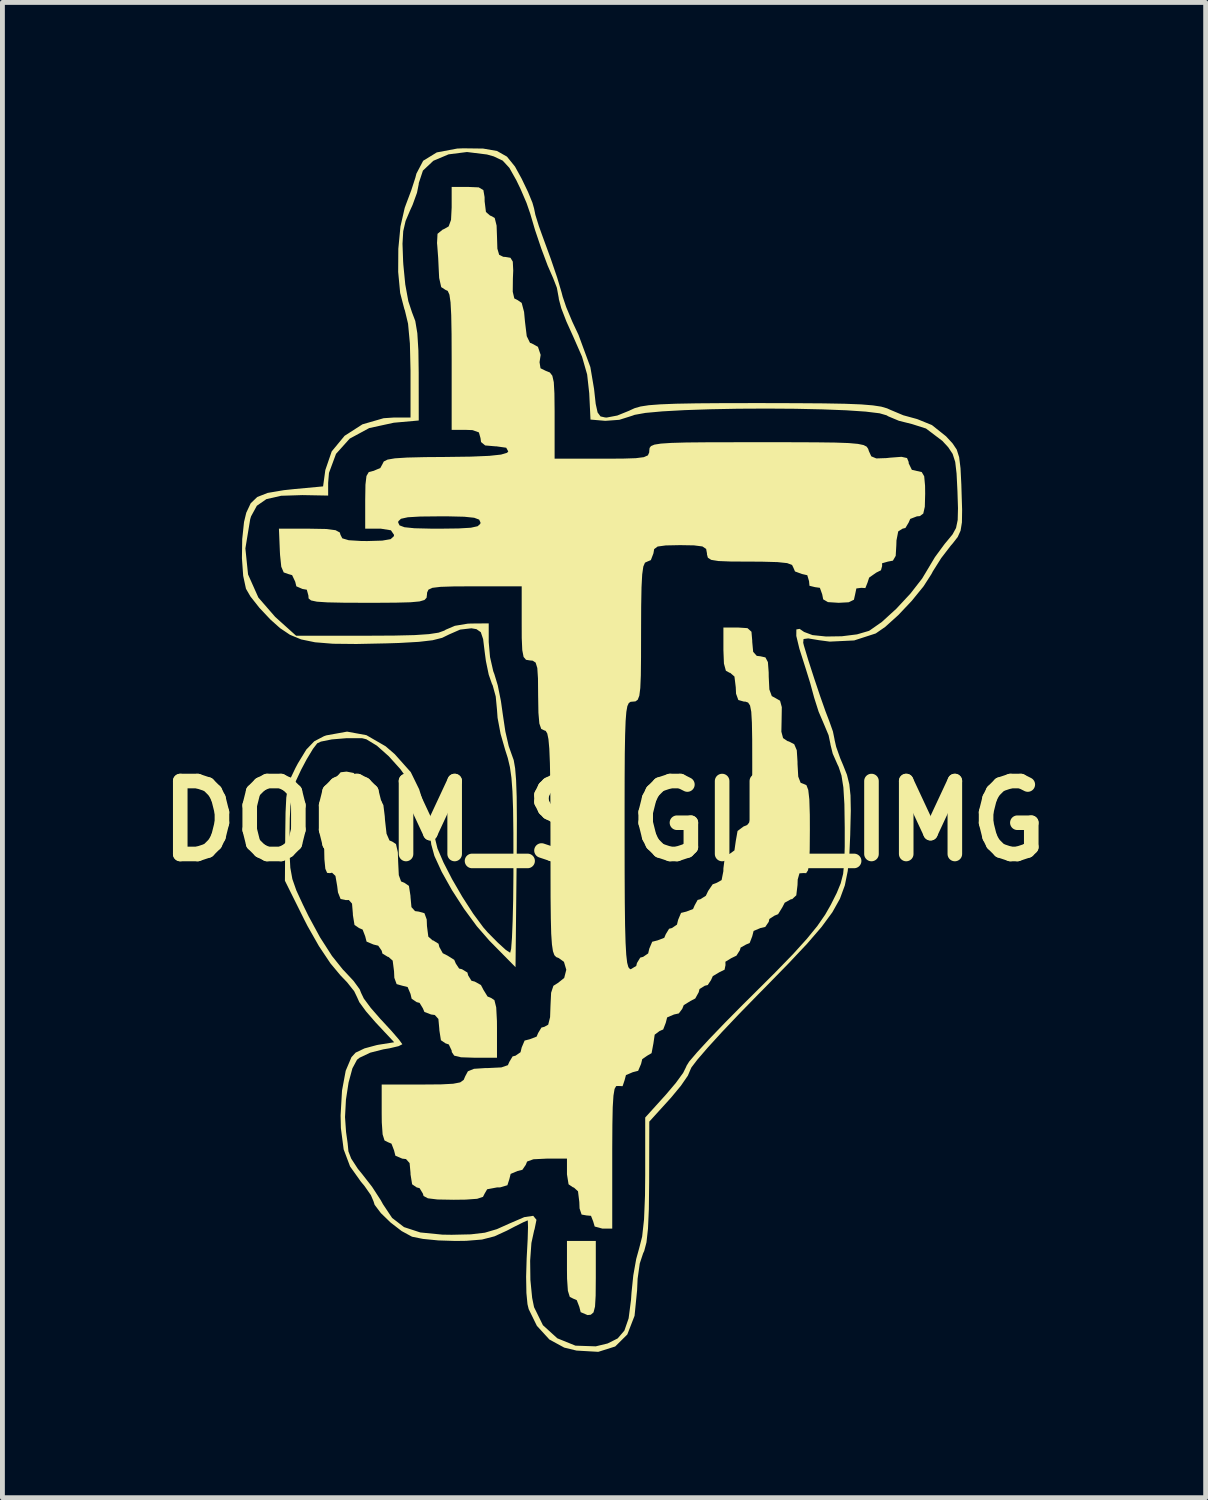
<source format=kicad_pcb>
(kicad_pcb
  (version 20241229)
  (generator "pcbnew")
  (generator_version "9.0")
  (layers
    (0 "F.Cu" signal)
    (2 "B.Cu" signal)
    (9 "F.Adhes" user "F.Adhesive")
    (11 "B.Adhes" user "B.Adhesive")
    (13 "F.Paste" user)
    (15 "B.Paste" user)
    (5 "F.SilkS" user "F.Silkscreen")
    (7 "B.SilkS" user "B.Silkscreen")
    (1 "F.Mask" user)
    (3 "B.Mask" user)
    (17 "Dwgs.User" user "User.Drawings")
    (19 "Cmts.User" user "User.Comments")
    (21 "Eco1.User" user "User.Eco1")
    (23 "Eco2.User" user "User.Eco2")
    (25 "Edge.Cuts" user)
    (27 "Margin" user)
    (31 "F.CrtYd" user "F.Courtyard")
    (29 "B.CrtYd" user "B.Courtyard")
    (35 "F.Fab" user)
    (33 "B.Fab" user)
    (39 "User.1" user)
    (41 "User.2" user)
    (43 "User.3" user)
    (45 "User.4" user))
  (footprint "DOOM_SIGIL_IMG"
    (layer "F.Cu")
    (at 9.371 13.833)
    (property "Reference" "DOOM_SIGIL_IMG" (at 0 0 0) (layer "F.SilkS") (effects (font (size 1.5 1.5) (thickness 0.3))))
    (attr board_only exclude_from_pos_files exclude_from_bom)
    (fp_poly (pts (xy -0.169 9.398) (xy -0.172 9.76) (xy -0.185 9.985) (xy -0.216 10.105) (xy -0.272 10.153) (xy -0.339 10.16) (xy -0.48 10.1) (xy -0.508 9.991) (xy -0.561 9.853) (xy -0.635 9.821) (xy -0.704 9.786) (xy -0.743 9.661) (xy -0.76 9.414) (xy -0.762 9.229) (xy -0.762 8.636) (xy -0.466 8.636) (xy -0.169 8.636)) (stroke (width 0) (type solid)) (fill yes) (layer "F.SilkS"))
    (fp_poly (pts (xy -5.144 -0.987) (xy -5.134 -0.889) (xy -5.121 -0.786) (xy -5.004 -0.762) (xy -4.857 -0.707) (xy -4.826 -0.589) (xy -4.778 -0.454) (xy -4.678 -0.441) (xy -4.588 -0.428) (xy -4.537 -0.326) (xy -4.509 -0.1) (xy -4.504 -0.021) (xy -4.472 0.262) (xy -4.412 0.4) (xy -4.356 0.423) (xy -4.278 0.474) (xy -4.24 0.643) (xy -4.233 0.847) (xy -4.22 1.113) (xy -4.173 1.243) (xy -4.106 1.27) (xy -4.012 1.334) (xy -3.98 1.539) (xy -3.979 1.566) (xy -3.96 1.771) (xy -3.886 1.853) (xy -3.81 1.863) (xy -3.693 1.896) (xy -3.646 2.025) (xy -3.641 2.159) (xy -3.613 2.378) (xy -3.525 2.455) (xy -3.514 2.455) (xy -3.403 2.524) (xy -3.387 2.59) (xy -3.316 2.719) (xy -3.217 2.769) (xy -3.08 2.855) (xy -3.048 2.931) (xy -2.98 3.034) (xy -2.921 3.048) (xy -2.809 3.116) (xy -2.794 3.175) (xy -2.726 3.285) (xy -2.659 3.302) (xy -2.531 3.373) (xy -2.48 3.471) (xy -2.395 3.609) (xy -2.318 3.641) (xy -2.254 3.684) (xy -2.217 3.833) (xy -2.202 4.113) (xy -2.201 4.255) (xy -2.201 4.868) (xy -2.667 4.868) (xy -2.94 4.859) (xy -3.081 4.825) (xy -3.13 4.752) (xy -3.133 4.72) (xy -3.192 4.595) (xy -3.26 4.572) (xy -3.354 4.508) (xy -3.386 4.303) (xy -3.387 4.276) (xy -3.406 4.071) (xy -3.48 3.989) (xy -3.556 3.979) (xy -3.694 3.926) (xy -3.725 3.852) (xy -3.793 3.74) (xy -3.852 3.725) (xy -3.956 3.655) (xy -3.979 3.556) (xy -4.039 3.414) (xy -4.149 3.387) (xy -4.265 3.354) (xy -4.312 3.224) (xy -4.318 3.09) (xy -4.346 2.871) (xy -4.433 2.795) (xy -4.445 2.794) (xy -4.557 2.726) (xy -4.572 2.667) (xy -4.643 2.564) (xy -4.741 2.54) (xy -4.883 2.48) (xy -4.911 2.371) (xy -4.964 2.233) (xy -5.038 2.201) (xy -5.131 2.138) (xy -5.164 1.935) (xy -5.165 1.901) (xy -5.182 1.699) (xy -5.247 1.625) (xy -5.313 1.626) (xy -5.417 1.604) (xy -5.471 1.468) (xy -5.487 1.338) (xy -5.523 1.129) (xy -5.593 1.063) (xy -5.635 1.072) (xy -5.694 1.067) (xy -5.731 0.982) (xy -5.75 0.787) (xy -5.757 0.458) (xy -5.757 0.348) (xy -5.752 -0.027) (xy -5.735 -0.26) (xy -5.699 -0.383) (xy -5.642 -0.423) (xy -5.63 -0.423) (xy -5.536 -0.488) (xy -5.504 -0.693) (xy -5.503 -0.72) (xy -5.487 -0.92) (xy -5.416 -1.002) (xy -5.294 -1.016)) (stroke (width 0) (type solid)) (fill yes) (layer "F.SilkS"))
    (fp_poly (pts (xy -2.577 -13.03) (xy -2.481 -12.974) (xy -2.456 -12.83) (xy -2.455 -12.742) (xy -2.428 -12.523) (xy -2.34 -12.447) (xy -2.328 -12.446) (xy -2.248 -12.401) (xy -2.209 -12.244) (xy -2.201 -12.023) (xy -2.193 -11.769) (xy -2.156 -11.643) (xy -2.072 -11.602) (xy -2.026 -11.599) (xy -1.924 -11.582) (xy -1.876 -11.503) (xy -1.867 -11.32) (xy -1.874 -11.155) (xy -1.877 -10.884) (xy -1.845 -10.746) (xy -1.774 -10.71) (xy -1.693 -10.654) (xy -1.644 -10.468) (xy -1.625 -10.266) (xy -1.589 -9.97) (xy -1.522 -9.833) (xy -1.486 -9.821) (xy -1.359 -9.751) (xy -1.303 -9.585) (xy -1.326 -9.435) (xy -1.306 -9.31) (xy -1.196 -9.256) (xy -1.115 -9.224) (xy -1.063 -9.157) (xy -1.033 -9.024) (xy -1.02 -8.793) (xy -1.016 -8.431) (xy -1.016 -8.33) (xy -1.016 -7.451) (xy -0.042 -7.451) (xy 0.376 -7.452) (xy 0.654 -7.461) (xy 0.819 -7.482) (xy 0.902 -7.519) (xy 0.929 -7.579) (xy 0.931 -7.62) (xy 0.937 -7.671) (xy 0.966 -7.71) (xy 1.037 -7.74) (xy 1.17 -7.761) (xy 1.384 -7.775) (xy 1.697 -7.784) (xy 2.129 -7.788) (xy 2.698 -7.789) (xy 3.165 -7.789) (xy 3.837 -7.789) (xy 4.359 -7.787) (xy 4.751 -7.782) (xy 5.031 -7.772) (xy 5.22 -7.755) (xy 5.337 -7.731) (xy 5.401 -7.698) (xy 5.432 -7.653) (xy 5.446 -7.608) (xy 5.496 -7.499) (xy 5.599 -7.456) (xy 5.807 -7.463) (xy 5.879 -7.471) (xy 6.117 -7.489) (xy 6.231 -7.464) (xy 6.265 -7.382) (xy 6.265 -7.356) (xy 6.33 -7.222) (xy 6.435 -7.197) (xy 6.533 -7.176) (xy 6.584 -7.089) (xy 6.602 -6.894) (xy 6.604 -6.731) (xy 6.597 -6.462) (xy 6.565 -6.322) (xy 6.494 -6.27) (xy 6.435 -6.265) (xy 6.297 -6.212) (xy 6.265 -6.138) (xy 6.198 -6.026) (xy 6.138 -6.011) (xy 6.05 -5.955) (xy 6.014 -5.77) (xy 6.011 -5.673) (xy 5.998 -5.452) (xy 5.941 -5.354) (xy 5.837 -5.334) (xy 5.718 -5.3) (xy 5.719 -5.244) (xy 5.695 -5.156) (xy 5.597 -5.107) (xy 5.452 -5.005) (xy 5.419 -4.903) (xy 5.374 -4.79) (xy 5.292 -4.795) (xy 5.189 -4.782) (xy 5.165 -4.666) (xy 5.139 -4.55) (xy 5.032 -4.498) (xy 4.826 -4.487) (xy 4.605 -4.501) (xy 4.507 -4.558) (xy 4.487 -4.66) (xy 4.439 -4.795) (xy 4.339 -4.809) (xy 4.225 -4.837) (xy 4.216 -4.932) (xy 4.18 -5.054) (xy 4.068 -5.08) (xy 3.927 -5.132) (xy 3.895 -5.207) (xy 3.867 -5.265) (xy 3.767 -5.303) (xy 3.567 -5.324) (xy 3.24 -5.333) (xy 3.006 -5.334) (xy 2.609 -5.336) (xy 2.352 -5.346) (xy 2.204 -5.37) (xy 2.136 -5.414) (xy 2.117 -5.482) (xy 2.117 -5.503) (xy 2.1 -5.595) (xy 2.023 -5.646) (xy 1.85 -5.668) (xy 1.566 -5.673) (xy 1.269 -5.667) (xy 1.102 -5.644) (xy 1.031 -5.591) (xy 1.016 -5.503) (xy 0.963 -5.365) (xy 0.889 -5.334) (xy 0.842 -5.312) (xy 0.808 -5.232) (xy 0.785 -5.07) (xy 0.771 -4.805) (xy 0.764 -4.415) (xy 0.762 -3.895) (xy 0.761 -3.37) (xy 0.757 -2.992) (xy 0.746 -2.735) (xy 0.726 -2.577) (xy 0.693 -2.493) (xy 0.647 -2.46) (xy 0.593 -2.455) (xy 0.546 -2.451) (xy 0.509 -2.425) (xy 0.48 -2.362) (xy 0.459 -2.244) (xy 0.444 -2.053) (xy 0.434 -1.773) (xy 0.427 -1.387) (xy 0.424 -0.877) (xy 0.423 -0.226) (xy 0.423 0.296) (xy 0.424 1.06) (xy 0.427 1.671) (xy 0.433 2.146) (xy 0.443 2.5) (xy 0.457 2.75) (xy 0.476 2.914) (xy 0.501 3.006) (xy 0.533 3.044) (xy 0.55 3.048) (xy 0.663 2.98) (xy 0.677 2.921) (xy 0.745 2.809) (xy 0.804 2.794) (xy 0.908 2.723) (xy 0.931 2.625) (xy 0.991 2.483) (xy 1.101 2.455) (xy 1.239 2.402) (xy 1.27 2.328) (xy 1.338 2.216) (xy 1.397 2.201) (xy 1.5 2.131) (xy 1.524 2.032) (xy 1.584 1.89) (xy 1.693 1.863) (xy 1.831 1.81) (xy 1.863 1.736) (xy 1.925 1.623) (xy 1.98 1.609) (xy 2.094 1.538) (xy 2.141 1.439) (xy 2.234 1.302) (xy 2.32 1.27) (xy 2.418 1.215) (xy 2.454 1.032) (xy 2.455 0.974) (xy 2.483 0.754) (xy 2.571 0.678) (xy 2.582 0.677) (xy 2.682 0.604) (xy 2.709 0.415) (xy 2.746 0.205) (xy 2.872 0.111) (xy 2.879 0.109) (xy 2.944 0.082) (xy 2.99 0.025) (xy 3.02 -0.09) (xy 3.037 -0.288) (xy 3.046 -0.596) (xy 3.048 -1.04) (xy 3.048 -1.195) (xy 3.047 -1.681) (xy 3.041 -2.023) (xy 3.028 -2.246) (xy 3.003 -2.375) (xy 2.963 -2.436) (xy 2.906 -2.455) (xy 2.879 -2.455) (xy 2.762 -2.488) (xy 2.715 -2.618) (xy 2.709 -2.752) (xy 2.682 -2.971) (xy 2.594 -3.047) (xy 2.582 -3.048) (xy 2.506 -3.09) (xy 2.466 -3.237) (xy 2.455 -3.514) (xy 2.455 -3.979) (xy 2.752 -3.979) (xy 2.95 -3.966) (xy 3.032 -3.892) (xy 3.048 -3.706) (xy 3.048 -3.683) (xy 3.067 -3.479) (xy 3.141 -3.396) (xy 3.217 -3.387) (xy 3.319 -3.364) (xy 3.37 -3.268) (xy 3.386 -3.057) (xy 3.387 -2.97) (xy 3.4 -2.705) (xy 3.45 -2.569) (xy 3.532 -2.524) (xy 3.62 -2.474) (xy 3.656 -2.341) (xy 3.652 -2.089) (xy 3.647 -1.837) (xy 3.682 -1.705) (xy 3.772 -1.644) (xy 3.803 -1.635) (xy 3.911 -1.579) (xy 3.964 -1.455) (xy 3.979 -1.216) (xy 3.979 -1.175) (xy 3.994 -0.913) (xy 4.043 -0.786) (xy 4.106 -0.762) (xy 4.163 -0.736) (xy 4.2 -0.638) (xy 4.222 -0.444) (xy 4.232 -0.125) (xy 4.233 0.178) (xy 4.23 0.592) (xy 4.219 0.861) (xy 4.195 1.013) (xy 4.156 1.073) (xy 4.106 1.07) (xy 4.019 1.076) (xy 3.983 1.203) (xy 3.979 1.315) (xy 3.954 1.528) (xy 3.869 1.607) (xy 3.844 1.609) (xy 3.716 1.68) (xy 3.665 1.778) (xy 3.58 1.916) (xy 3.504 1.947) (xy 3.4 2.015) (xy 3.387 2.074) (xy 3.316 2.178) (xy 3.217 2.201) (xy 3.076 2.261) (xy 3.048 2.371) (xy 2.995 2.509) (xy 2.921 2.54) (xy 2.809 2.603) (xy 2.794 2.657) (xy 2.723 2.769) (xy 2.616 2.821) (xy 2.496 2.894) (xy 2.498 2.963) (xy 2.479 3.058) (xy 2.379 3.106) (xy 2.237 3.19) (xy 2.201 3.27) (xy 2.133 3.373) (xy 2.074 3.387) (xy 1.964 3.455) (xy 1.947 3.522) (xy 1.876 3.65) (xy 1.778 3.701) (xy 1.64 3.786) (xy 1.609 3.862) (xy 1.538 3.957) (xy 1.439 3.979) (xy 1.298 4.039) (xy 1.27 4.149) (xy 1.217 4.287) (xy 1.143 4.318) (xy 1.042 4.394) (xy 1.016 4.572) (xy 0.978 4.774) (xy 0.889 4.826) (xy 0.786 4.897) (xy 0.762 4.995) (xy 0.702 5.137) (xy 0.593 5.165) (xy 0.451 5.225) (xy 0.423 5.331) (xy 0.382 5.453) (xy 0.296 5.449) (xy 0.25 5.451) (xy 0.217 5.51) (xy 0.194 5.648) (xy 0.179 5.887) (xy 0.172 6.247) (xy 0.169 6.751) (xy 0.169 6.891) (xy 0.169 8.382) (xy -0.033 8.382) (xy -0.192 8.339) (xy -0.223 8.234) (xy -0.268 8.119) (xy -0.36 8.111) (xy -0.461 8.093) (xy -0.503 7.967) (xy -0.508 7.835) (xy -0.535 7.615) (xy -0.621 7.536) (xy -0.635 7.535) (xy -0.729 7.471) (xy -0.762 7.266) (xy -0.762 7.239) (xy -0.762 6.943) (xy -1.185 6.943) (xy -1.452 6.956) (xy -1.582 7.003) (xy -1.609 7.07) (xy -1.679 7.173) (xy -1.778 7.197) (xy -1.92 7.257) (xy -1.947 7.366) (xy -1.987 7.49) (xy -2.136 7.534) (xy -2.201 7.535) (xy -2.403 7.573) (xy -2.455 7.662) (xy -2.489 7.729) (xy -2.609 7.769) (xy -2.847 7.786) (xy -3.09 7.789) (xy -3.425 7.783) (xy -3.622 7.759) (xy -3.711 7.711) (xy -3.725 7.662) (xy -3.793 7.55) (xy -3.852 7.535) (xy -3.946 7.471) (xy -3.979 7.266) (xy -3.979 7.239) (xy -3.998 7.035) (xy -4.072 6.952) (xy -4.149 6.943) (xy -4.29 6.883) (xy -4.318 6.773) (xy -4.371 6.635) (xy -4.445 6.604) (xy -4.514 6.569) (xy -4.553 6.444) (xy -4.57 6.197) (xy -4.572 6.011) (xy -4.572 5.419) (xy -3.735 5.419) (xy -3.35 5.416) (xy -3.102 5.403) (xy -2.958 5.375) (xy -2.886 5.324) (xy -2.854 5.249) (xy -2.799 5.147) (xy -2.674 5.096) (xy -2.433 5.08) (xy -2.379 5.08) (xy -2.11 5.067) (xy -1.977 5.021) (xy -1.947 4.953) (xy -1.88 4.841) (xy -1.82 4.826) (xy -1.717 4.755) (xy -1.693 4.657) (xy -1.633 4.515) (xy -1.524 4.487) (xy -1.386 4.434) (xy -1.355 4.36) (xy -1.287 4.248) (xy -1.228 4.233) (xy -1.148 4.189) (xy -1.109 4.034) (xy -1.101 3.802) (xy -1.088 3.532) (xy -1.041 3.389) (xy -0.949 3.331) (xy -0.819 3.228) (xy -0.776 3.059) (xy -0.824 2.896) (xy -0.932 2.818) (xy -0.982 2.799) (xy -1.021 2.759) (xy -1.05 2.678) (xy -1.071 2.538) (xy -1.086 2.319) (xy -1.094 2.002) (xy -1.099 1.569) (xy -1.1 1) (xy -1.101 0.456) (xy -1.102 -0.239) (xy -1.105 -0.783) (xy -1.113 -1.193) (xy -1.125 -1.487) (xy -1.143 -1.684) (xy -1.167 -1.799) (xy -1.199 -1.853) (xy -1.228 -1.863) (xy -1.291 -1.893) (xy -1.33 -2.005) (xy -1.349 -2.228) (xy -1.355 -2.582) (xy -1.358 -2.932) (xy -1.372 -3.146) (xy -1.406 -3.257) (xy -1.467 -3.297) (xy -1.524 -3.302) (xy -1.604 -3.315) (xy -1.654 -3.374) (xy -1.681 -3.513) (xy -1.692 -3.764) (xy -1.693 -4.064) (xy -1.693 -4.826) (xy -2.667 -4.826) (xy -3.085 -4.824) (xy -3.363 -4.815) (xy -3.529 -4.795) (xy -3.611 -4.757) (xy -3.638 -4.698) (xy -3.641 -4.657) (xy -3.649 -4.591) (xy -3.692 -4.545) (xy -3.794 -4.515) (xy -3.981 -4.498) (xy -4.28 -4.49) (xy -4.714 -4.487) (xy -4.872 -4.487) (xy -5.353 -4.489) (xy -5.689 -4.496) (xy -5.904 -4.51) (xy -6.025 -4.536) (xy -6.075 -4.577) (xy -6.079 -4.634) (xy -6.079 -4.636) (xy -6.112 -4.756) (xy -6.202 -4.772) (xy -6.327 -4.826) (xy -6.35 -4.92) (xy -6.414 -5.056) (xy -6.498 -5.08) (xy -6.587 -5.112) (xy -6.637 -5.229) (xy -6.662 -5.471) (xy -6.666 -5.546) (xy -6.685 -6.011) (xy -6.052 -6.011) (xy -5.717 -6.005) (xy -5.521 -5.98) (xy -5.433 -5.933) (xy -5.419 -5.884) (xy -5.382 -5.813) (xy -5.251 -5.774) (xy -4.993 -5.758) (xy -4.868 -5.757) (xy -4.56 -5.766) (xy -4.388 -5.796) (xy -4.322 -5.856) (xy -4.318 -5.884) (xy -4.382 -5.978) (xy -4.587 -6.011) (xy -4.614 -6.011) (xy -4.911 -6.011) (xy -4.911 -6.138) (xy -4.233 -6.138) (xy -4.205 -6.079) (xy -4.103 -6.041) (xy -3.898 -6.02) (xy -3.563 -6.012) (xy -3.387 -6.011) (xy -2.992 -6.016) (xy -2.738 -6.031) (xy -2.598 -6.062) (xy -2.544 -6.112) (xy -2.54 -6.138) (xy -2.568 -6.198) (xy -2.67 -6.236) (xy -2.875 -6.257) (xy -3.21 -6.265) (xy -3.387 -6.265) (xy -3.781 -6.261) (xy -4.035 -6.246) (xy -4.175 -6.215) (xy -4.229 -6.165) (xy -4.233 -6.138) (xy -4.911 -6.138) (xy -4.911 -6.604) (xy -4.906 -6.916) (xy -4.885 -7.095) (xy -4.837 -7.176) (xy -4.754 -7.197) (xy -4.748 -7.197) (xy -4.6 -7.259) (xy -4.557 -7.338) (xy -4.529 -7.393) (xy -4.451 -7.432) (xy -4.3 -7.458) (xy -4.05 -7.474) (xy -3.676 -7.483) (xy -3.267 -7.486) (xy -2.738 -7.493) (xy -2.36 -7.509) (xy -2.118 -7.535) (xy -1.994 -7.572) (xy -1.969 -7.599) (xy -2.011 -7.676) (xy -2.21 -7.704) (xy -2.237 -7.705) (xy -2.444 -7.723) (xy -2.529 -7.793) (xy -2.54 -7.874) (xy -2.573 -7.991) (xy -2.703 -8.038) (xy -2.836 -8.043) (xy -3.133 -8.043) (xy -3.133 -9.483) (xy -3.135 -10.016) (xy -3.142 -10.402) (xy -3.156 -10.664) (xy -3.179 -10.823) (xy -3.214 -10.901) (xy -3.26 -10.922) (xy -3.348 -10.979) (xy -3.39 -11.167) (xy -3.396 -11.282) (xy -3.41 -11.576) (xy -3.43 -11.842) (xy -3.434 -11.884) (xy -3.424 -12.075) (xy -3.316 -12.163) (xy -3.298 -12.169) (xy -3.195 -12.227) (xy -3.146 -12.361) (xy -3.133 -12.618) (xy -3.133 -12.625) (xy -3.133 -13.039) (xy -2.794 -13.039)) (stroke (width 0) (type solid)) (fill yes) (layer "F.SilkS"))
    (fp_poly (pts (xy -2.486 -13.828) (xy -2.2 -13.778) (xy -1.996 -13.662) (xy -1.831 -13.458) (xy -1.694 -13.209) (xy -1.563 -12.936) (xy -1.472 -12.714) (xy -1.439 -12.598) (xy -1.411 -12.463) (xy -1.339 -12.232) (xy -1.28 -12.067) (xy -1.095 -11.561) (xy -0.963 -11.174) (xy -0.872 -10.867) (xy -0.85 -10.782) (xy -0.777 -10.566) (xy -0.653 -10.27) (xy -0.524 -9.995) (xy -0.281 -9.335) (xy -0.205 -8.886) (xy -0.171 -8.577) (xy -0.132 -8.401) (xy -0.072 -8.32) (xy 0.024 -8.298) (xy 0.057 -8.297) (xy 0.273 -8.338) (xy 0.517 -8.437) (xy 0.533 -8.445) (xy 0.629 -8.489) (xy 0.751 -8.524) (xy 0.92 -8.55) (xy 1.155 -8.568) (xy 1.478 -8.581) (xy 1.908 -8.589) (xy 2.465 -8.593) (xy 3.17 -8.594) (xy 3.217 -8.594) (xy 3.939 -8.592) (xy 4.512 -8.588) (xy 4.954 -8.58) (xy 5.286 -8.567) (xy 5.528 -8.547) (xy 5.7 -8.521) (xy 5.82 -8.486) (xy 5.884 -8.457) (xy 6.155 -8.343) (xy 6.44 -8.265) (xy 6.743 -8.142) (xy 7.033 -7.911) (xy 7.166 -7.767) (xy 7.253 -7.638) (xy 7.303 -7.481) (xy 7.331 -7.255) (xy 7.348 -6.915) (xy 7.352 -6.78) (xy 7.364 -6.397) (xy 7.36 -6.141) (xy 7.332 -5.97) (xy 7.273 -5.84) (xy 7.173 -5.711) (xy 7.131 -5.663) (xy 6.933 -5.405) (xy 6.761 -5.132) (xy 6.734 -5.08) (xy 6.571 -4.826) (xy 6.329 -4.528) (xy 6.051 -4.234) (xy 5.783 -3.992) (xy 5.588 -3.857) (xy 5.144 -3.713) (xy 4.641 -3.689) (xy 4.422 -3.718) (xy 4.199 -3.755) (xy 4.103 -3.742) (xy 4.096 -3.666) (xy 4.11 -3.609) (xy 4.201 -3.307) (xy 4.319 -2.941) (xy 4.444 -2.569) (xy 4.556 -2.251) (xy 4.629 -2.062) (xy 4.707 -1.842) (xy 4.741 -1.676) (xy 4.741 -1.67) (xy 4.774 -1.525) (xy 4.857 -1.291) (xy 4.919 -1.144) (xy 4.996 -0.95) (xy 5.044 -0.757) (xy 5.069 -0.525) (xy 5.075 -0.21) (xy 5.064 0.228) (xy 5.063 0.285) (xy 5.045 0.689) (xy 5.012 1.028) (xy 4.952 1.324) (xy 4.851 1.599) (xy 4.696 1.876) (xy 4.475 2.177) (xy 4.175 2.525) (xy 3.782 2.942) (xy 3.284 3.451) (xy 3.171 3.565) (xy 2.776 3.97) (xy 2.424 4.341) (xy 2.133 4.66) (xy 1.919 4.908) (xy 1.798 5.067) (xy 1.778 5.11) (xy 1.724 5.237) (xy 1.582 5.443) (xy 1.38 5.687) (xy 1.355 5.715) (xy 0.931 6.182) (xy 0.928 7.43) (xy 0.922 7.981) (xy 0.904 8.385) (xy 0.873 8.665) (xy 0.826 8.844) (xy 0.804 8.89) (xy 0.735 9.099) (xy 0.691 9.412) (xy 0.68 9.652) (xy 0.628 10.175) (xy 0.479 10.559) (xy 0.23 10.806) (xy -0.118 10.916) (xy -0.566 10.89) (xy -0.818 10.829) (xy -1.123 10.663) (xy -1.381 10.381) (xy -1.549 10.038) (xy -1.574 9.936) (xy -1.596 9.706) (xy -1.602 9.372) (xy -1.591 8.998) (xy -1.587 8.922) (xy -1.57 8.6) (xy -1.563 8.354) (xy -1.567 8.224) (xy -1.571 8.213) (xy -1.655 8.249) (xy -1.841 8.342) (xy -1.998 8.424) (xy -2.253 8.541) (xy -2.51 8.607) (xy -2.833 8.633) (xy -3.055 8.636) (xy -3.407 8.625) (xy -3.722 8.594) (xy -3.938 8.551) (xy -3.953 8.546) (xy -4.161 8.433) (xy -4.388 8.258) (xy -4.588 8.064) (xy -4.717 7.893) (xy -4.741 7.818) (xy -4.794 7.694) (xy -4.926 7.505) (xy -5 7.416) (xy -5.222 7.104) (xy -5.354 6.753) (xy -5.411 6.315) (xy -5.417 6.054) (xy -5.388 5.544) (xy -5.312 5.136) (xy -5.194 4.857) (xy -5.108 4.763) (xy -4.925 4.676) (xy -4.673 4.608) (xy -4.636 4.601) (xy -4.315 4.55) (xy -4.698 4.141) (xy -4.894 3.915) (xy -5.032 3.726) (xy -5.08 3.619) (xy -5.137 3.501) (xy -5.283 3.317) (xy -5.42 3.174) (xy -5.626 2.927) (xy -5.863 2.572) (xy -6.098 2.158) (xy -6.161 2.035) (xy -6.562 1.228) (xy -6.555 0.254) (xy -6.549 -0.175) (xy -6.534 -0.48) (xy -6.5 -0.704) (xy -6.44 -0.892) (xy -6.346 -1.089) (xy -6.295 -1.185) (xy -6.122 -1.469) (xy -5.959 -1.639) (xy -5.759 -1.744) (xy -5.71 -1.761) (xy -5.284 -1.838) (xy -4.886 -1.765) (xy -4.492 -1.537) (xy -4.304 -1.375) (xy -3.974 -1.005) (xy -3.801 -0.651) (xy -3.799 -0.644) (xy -3.707 -0.347) (xy -3.604 -0.068) (xy -3.588 -0.03) (xy -3.507 0.194) (xy -3.471 0.369) (xy -3.471 0.375) (xy -3.425 0.564) (xy -3.302 0.851) (xy -3.124 1.197) (xy -2.913 1.561) (xy -2.691 1.905) (xy -2.481 2.189) (xy -2.392 2.291) (xy -2.184 2.501) (xy -2.018 2.652) (xy -1.93 2.709) (xy -1.93 2.709) (xy -1.91 2.629) (xy -1.893 2.403) (xy -1.879 2.057) (xy -1.868 1.614) (xy -1.863 1.099) (xy -1.863 0.865) (xy -1.864 0.24) (xy -1.87 -0.243) (xy -1.883 -0.61) (xy -1.904 -0.89) (xy -1.935 -1.109) (xy -1.979 -1.295) (xy -2.032 -1.461) (xy -2.127 -1.792) (xy -2.189 -2.122) (xy -2.201 -2.289) (xy -2.227 -2.561) (xy -2.289 -2.788) (xy -2.305 -2.821) (xy -2.371 -3.01) (xy -2.429 -3.29) (xy -2.453 -3.471) (xy -2.486 -3.74) (xy -2.534 -3.883) (xy -2.623 -3.945) (xy -2.726 -3.963) (xy -2.959 -3.936) (xy -3.187 -3.836) (xy -3.328 -3.767) (xy -3.525 -3.717) (xy -3.809 -3.684) (xy -4.214 -3.661) (xy -4.469 -3.653) (xy -5.091 -3.64) (xy -5.573 -3.645) (xy -5.942 -3.675) (xy -6.228 -3.734) (xy -6.458 -3.829) (xy -6.662 -3.966) (xy -6.859 -4.142) (xy -7.087 -4.384) (xy -7.271 -4.617) (xy -7.363 -4.776) (xy -7.42 -5.041) (xy -7.446 -5.404) (xy -7.443 -5.605) (xy -7.375 -5.605) (xy -7.32 -5.07) (xy -7.108 -4.595) (xy -6.762 -4.197) (xy -6.332 -3.81) (xy -4.875 -3.81) (xy -4.312 -3.813) (xy -3.894 -3.823) (xy -3.599 -3.843) (xy -3.403 -3.873) (xy -3.283 -3.916) (xy -3.255 -3.934) (xy -3.067 -4.014) (xy -2.803 -4.058) (xy -2.731 -4.061) (xy -2.371 -4.064) (xy -2.371 -3.68) (xy -2.344 -3.371) (xy -2.278 -3.081) (xy -2.255 -3.021) (xy -2.185 -2.789) (xy -2.12 -2.466) (xy -2.079 -2.176) (xy -2.029 -1.842) (xy -1.96 -1.541) (xy -1.897 -1.363) (xy -1.857 -1.252) (xy -1.828 -1.085) (xy -1.808 -0.84) (xy -1.796 -0.499) (xy -1.792 -0.041) (xy -1.794 0.556) (xy -1.798 0.943) (xy -1.82 3.006) (xy -2.357 2.461) (xy -2.615 2.165) (xy -2.879 1.806) (xy -3.128 1.42) (xy -3.338 1.045) (xy -3.488 0.718) (xy -3.554 0.477) (xy -3.556 0.448) (xy -3.588 0.287) (xy -3.667 0.068) (xy -3.672 0.055) (xy -3.773 -0.209) (xy -3.87 -0.512) (xy -3.884 -0.56) (xy -3.995 -0.797) (xy -4.188 -1.067) (xy -4.426 -1.331) (xy -4.671 -1.549) (xy -4.886 -1.68) (xy -4.971 -1.702) (xy -5.294 -1.703) (xy -5.597 -1.678) (xy -5.822 -1.633) (xy -5.897 -1.598) (xy -5.986 -1.482) (xy -6.116 -1.266) (xy -6.228 -1.055) (xy -6.337 -0.822) (xy -6.406 -0.611) (xy -6.445 -0.371) (xy -6.462 -0.052) (xy -6.466 0.283) (xy -6.466 0.677) (xy -6.451 0.961) (xy -6.409 1.193) (xy -6.327 1.428) (xy -6.19 1.724) (xy -6.077 1.955) (xy -5.84 2.392) (xy -5.594 2.775) (xy -5.37 3.055) (xy -5.339 3.086) (xy -5.15 3.289) (xy -5.025 3.46) (xy -4.995 3.536) (xy -4.94 3.65) (xy -4.796 3.844) (xy -4.592 4.078) (xy -4.572 4.098) (xy -4.366 4.322) (xy -4.215 4.497) (xy -4.149 4.588) (xy -4.149 4.592) (xy -4.224 4.63) (xy -4.415 4.675) (xy -4.536 4.695) (xy -4.807 4.764) (xy -5.027 4.868) (xy -5.079 4.909) (xy -5.174 5.086) (xy -5.253 5.378) (xy -5.307 5.73) (xy -5.326 6.089) (xy -5.305 6.392) (xy -5.272 6.627) (xy -5.256 6.794) (xy -5.199 6.942) (xy -5.063 7.151) (xy -4.974 7.26) (xy -4.77 7.522) (xy -4.591 7.798) (xy -4.546 7.88) (xy -4.358 8.162) (xy -4.113 8.351) (xy -3.778 8.461) (xy -3.323 8.506) (xy -3.133 8.509) (xy -2.74 8.5) (xy -2.451 8.466) (xy -2.203 8.393) (xy -1.949 8.279) (xy -1.64 8.146) (xy -1.456 8.119) (xy -1.389 8.201) (xy -1.428 8.394) (xy -1.436 8.416) (xy -1.493 8.677) (xy -1.519 9.04) (xy -1.514 9.437) (xy -1.478 9.805) (xy -1.439 9.997) (xy -1.256 10.369) (xy -0.96 10.638) (xy -0.587 10.789) (xy -0.17 10.803) (xy 0.074 10.744) (xy 0.281 10.64) (xy 0.419 10.479) (xy 0.506 10.227) (xy 0.555 9.85) (xy 0.565 9.702) (xy 0.602 9.344) (xy 0.662 9.006) (xy 0.724 8.782) (xy 0.784 8.546) (xy 0.823 8.191) (xy 0.843 7.699) (xy 0.847 7.281) (xy 0.847 6.098) (xy 1.27 5.63) (xy 1.476 5.387) (xy 1.627 5.18) (xy 1.692 5.049) (xy 1.693 5.04) (xy 1.751 4.947) (xy 1.914 4.756) (xy 2.164 4.484) (xy 2.483 4.152) (xy 2.855 3.776) (xy 3.034 3.599) (xy 3.514 3.121) (xy 3.888 2.736) (xy 4.172 2.422) (xy 4.386 2.16) (xy 4.547 1.927) (xy 4.664 1.722) (xy 4.786 1.479) (xy 4.867 1.282) (xy 4.917 1.087) (xy 4.941 0.849) (xy 4.95 0.524) (xy 4.95 0.137) (xy 4.943 -0.345) (xy 4.922 -0.691) (xy 4.883 -0.937) (xy 4.824 -1.115) (xy 4.802 -1.16) (xy 4.703 -1.385) (xy 4.657 -1.57) (xy 4.656 -1.583) (xy 4.618 -1.764) (xy 4.526 -1.984) (xy 4.413 -2.248) (xy 4.322 -2.534) (xy 4.239 -2.839) (xy 4.148 -3.133) (xy 4.018 -3.541) (xy 3.954 -3.806) (xy 3.955 -3.939) (xy 4.022 -3.951) (xy 4.114 -3.888) (xy 4.287 -3.823) (xy 4.566 -3.794) (xy 4.891 -3.799) (xy 5.203 -3.838) (xy 5.442 -3.908) (xy 5.461 -3.917) (xy 5.714 -4.094) (xy 6.01 -4.364) (xy 6.302 -4.678) (xy 6.541 -4.985) (xy 6.649 -5.165) (xy 6.805 -5.426) (xy 7.004 -5.697) (xy 7.047 -5.748) (xy 7.167 -5.894) (xy 7.239 -6.026) (xy 7.273 -6.19) (xy 7.279 -6.433) (xy 7.268 -6.781) (xy 7.25 -7.144) (xy 7.222 -7.384) (xy 7.169 -7.549) (xy 7.078 -7.686) (xy 6.957 -7.817) (xy 6.621 -8.071) (xy 6.332 -8.163) (xy 6.064 -8.23) (xy 5.842 -8.323) (xy 5.812 -8.342) (xy 5.667 -8.384) (xy 5.379 -8.419) (xy 4.976 -8.446) (xy 4.485 -8.465) (xy 3.933 -8.477) (xy 3.347 -8.481) (xy 2.754 -8.478) (xy 2.181 -8.467) (xy 1.655 -8.449) (xy 1.203 -8.424) (xy 0.852 -8.392) (xy 0.629 -8.352) (xy 0.583 -8.335) (xy 0.315 -8.25) (xy 0.027 -8.229) (xy 0.025 -8.229) (xy -0.278 -8.255) (xy -0.304 -8.797) (xy -0.347 -9.182) (xy -0.452 -9.548) (xy -0.631 -9.956) (xy -0.773 -10.27) (xy -0.879 -10.545) (xy -0.929 -10.732) (xy -0.931 -10.756) (xy -0.97 -10.967) (xy -1.046 -11.163) (xy -1.158 -11.419) (xy -1.29 -11.772) (xy -1.418 -12.152) (xy -1.517 -12.488) (xy -1.593 -12.709) (xy -1.717 -12.998) (xy -1.803 -13.176) (xy -1.947 -13.432) (xy -2.084 -13.58) (xy -2.268 -13.667) (xy -2.407 -13.706) (xy -2.818 -13.757) (xy -3.196 -13.709) (xy -3.509 -13.577) (xy -3.724 -13.375) (xy -3.81 -13.116) (xy -3.81 -13.098) (xy -3.846 -12.919) (xy -3.937 -12.668) (xy -3.991 -12.55) (xy -4.081 -12.337) (xy -4.129 -12.129) (xy -4.144 -11.87) (xy -4.131 -11.506) (xy -4.127 -11.443) (xy -4.087 -11.033) (xy -4.024 -10.689) (xy -3.949 -10.461) (xy -3.947 -10.456) (xy -3.881 -10.282) (xy -3.839 -10.031) (xy -3.817 -9.672) (xy -3.811 -9.219) (xy -3.81 -8.236) (xy -4.323 -8.19) (xy -4.829 -8.08) (xy -5.23 -7.863) (xy -5.511 -7.55) (xy -5.656 -7.158) (xy -5.673 -6.953) (xy -5.673 -6.692) (xy -6.202 -6.702) (xy -6.64 -6.688) (xy -6.943 -6.619) (xy -7.139 -6.483) (xy -7.258 -6.265) (xy -7.276 -6.206) (xy -7.375 -5.605) (xy -7.443 -5.605) (xy -7.44 -5.796) (xy -7.403 -6.148) (xy -7.357 -6.339) (xy -7.266 -6.533) (xy -7.131 -6.663) (xy -6.916 -6.747) (xy -6.585 -6.803) (xy -6.368 -6.826) (xy -5.777 -6.881) (xy -5.731 -7.217) (xy -5.6 -7.6) (xy -5.335 -7.921) (xy -4.968 -8.157) (xy -4.532 -8.283) (xy -4.321 -8.297) (xy -3.979 -8.297) (xy -3.979 -9.261) (xy -3.992 -9.819) (xy -4.03 -10.227) (xy -4.096 -10.503) (xy -4.106 -10.528) (xy -4.192 -10.858) (xy -4.233 -11.291) (xy -4.23 -11.767) (xy -4.186 -12.226) (xy -4.099 -12.607) (xy -4.071 -12.684) (xy -3.964 -12.969) (xy -3.88 -13.228) (xy -3.858 -13.313) (xy -3.719 -13.577) (xy -3.439 -13.749) (xy -3.019 -13.828) (xy -2.897 -13.833)) (stroke (width 0) (type solid)) (fill yes) (layer "F.SilkS")))
  (gr_rect
    (start -3 -3)
    (end 21.743 27.749)
    (stroke (width 0.1) (type default))
    (fill no)
    (layer "Edge.Cuts")))
</source>
